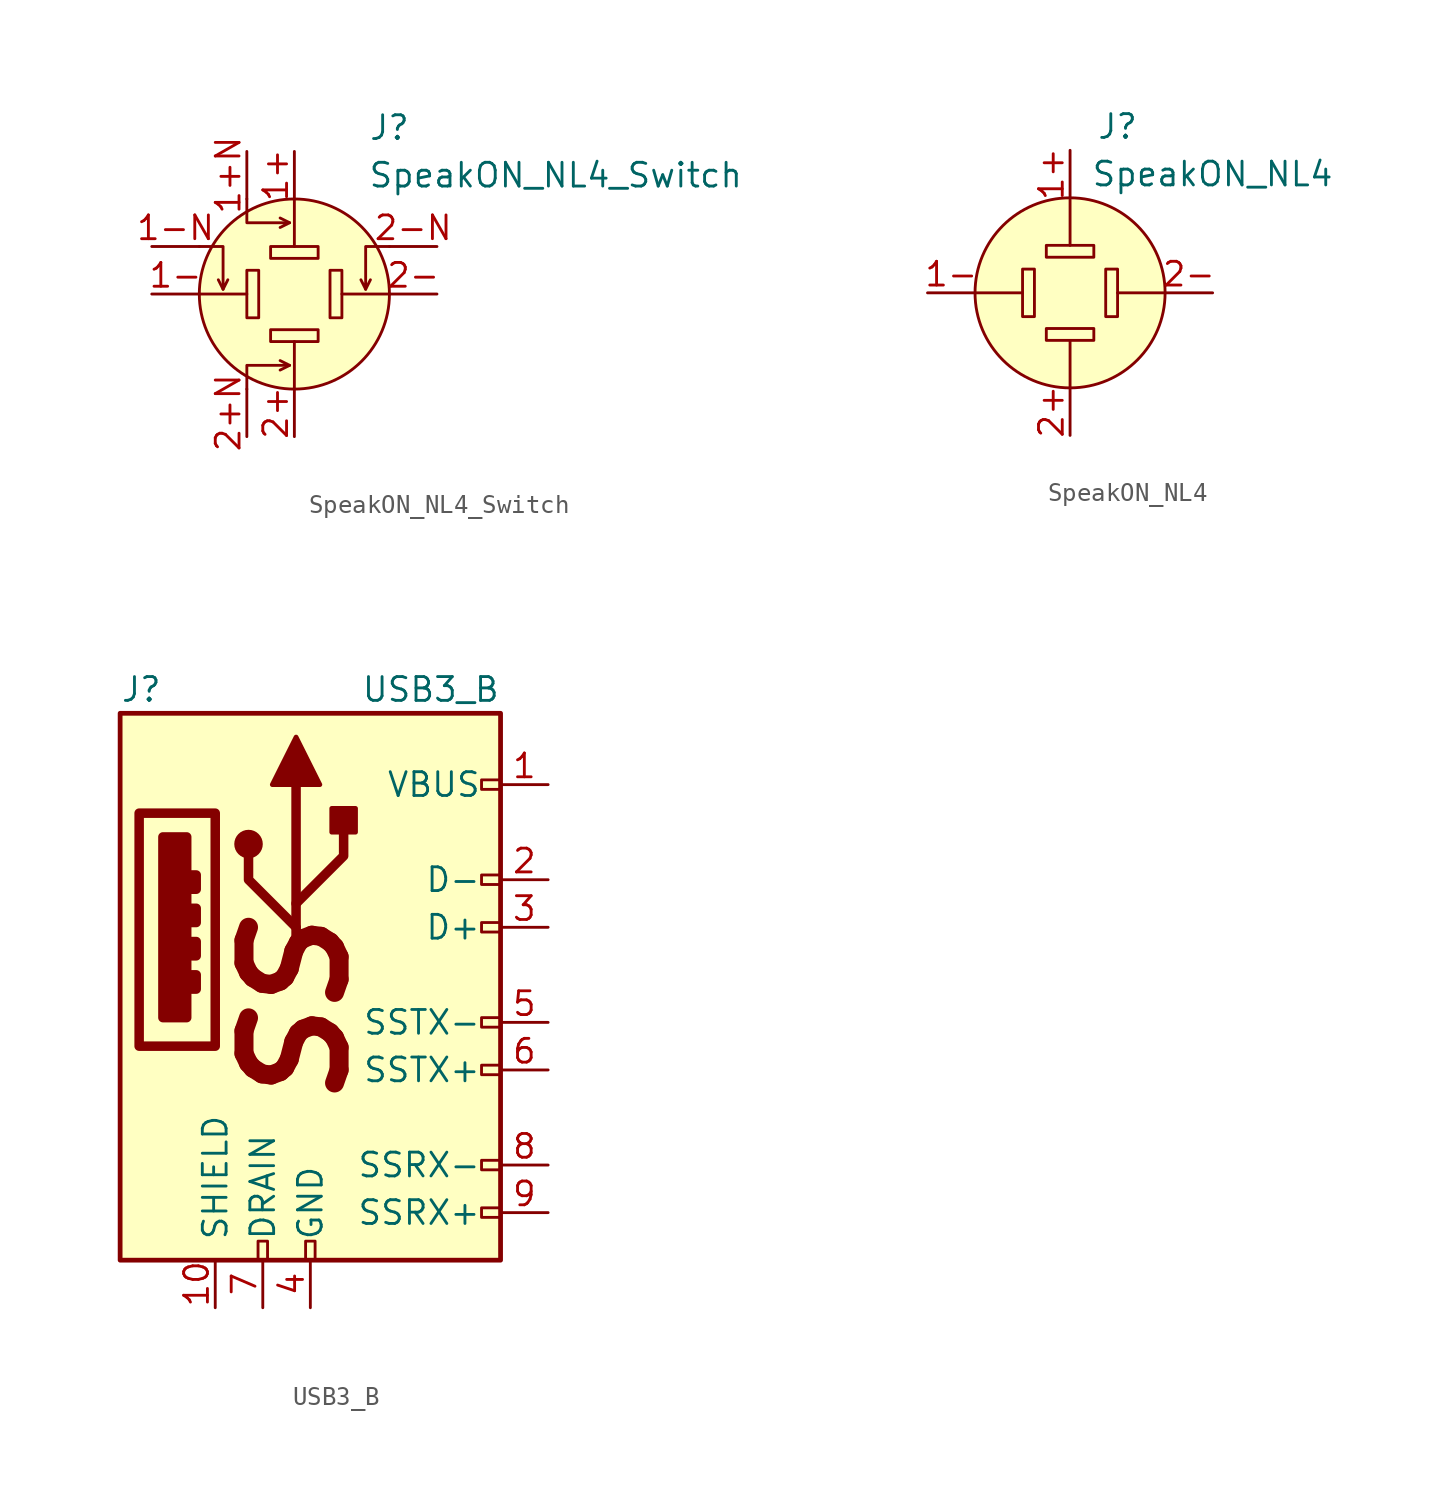
<source format=kicad_sym>
(kicad_symbol_lib
  (version 20211014)
  (generator kicad_symbol_editor)
  (symbol "SpeakON_NL4_Switch"
    (pin_names hide)
    (property "Reference" "J"
      (at 5.08 8.89 0)
      (effects (font (size 1.27 1.27))))
    (property "Value" "SpeakON_NL4_Switch"
      (at 13.97 6.35 0)
      (effects (font (size 1.27 1.27))))
    (symbol "SpeakON_NL4_Switch_0_1"
      (rectangle (start -2.54 1.27) (end -1.905 -1.27) (stroke (width 0) (type default) (color 0 0 0 0)) (fill (type none)))
      (rectangle (start -1.27 -2.54) (end 1.27 -1.905) (stroke (width 0) (type default) (color 0 0 0 0)) (fill (type none)))
      (rectangle (start -1.27 2.54) (end 1.27 1.905) (stroke (width 0) (type default) (color 0 0 0 0)) (fill (type none)))
      (polyline (pts (xy -5.08 0) (xy -2.54 0)) (stroke (width 0) (type default) (color 0 0 0 0)) (fill (type none)))
      (polyline (pts (xy 0 -5.08) (xy 0 -2.54)) (stroke (width 0) (type default) (color 0 0 0 0)) (fill (type none)))
      (polyline (pts (xy 0 5.08) (xy 0 2.54)) (stroke (width 0) (type default) (color 0 0 0 0)) (fill (type none)))
      (polyline (pts (xy 5.08 0) (xy 2.54 0)) (stroke (width 0) (type default) (color 0 0 0 0)) (fill (type none)))
      (circle (center 0 0) (radius 5.08) (stroke (width 0) (type default) (color 0 0 0 0)) (fill (type background)))
      (rectangle (start 2.54 1.27) (end 1.905 -1.27) (stroke (width 0) (type default) (color 0 0 0 0)) (fill (type none)))
      (pin passive line (at -7.62 0 0) (length 2.54) (name "1-" (effects (font (size 1.27 1.27)))) (number "1-" (effects (font (size 1.27 1.27)))))
      (pin passive line (at -7.62 2.54 0) (length 2.54) (name "1-N" (effects (font (size 1.27 1.27)))) (number "1-N" (effects (font (size 1.27 1.27)))))
      (pin passive line (at 0 -7.62 90) (length 2.54) (name "2+" (effects (font (size 1.27 1.27)))) (number "2+" (effects (font (size 1.27 1.27)))))
      (pin passive line (at -2.54 -7.62 90) (length 2.54) (name "2+N" (effects (font (size 1.27 1.27)))) (number "2+N" (effects (font (size 1.27 1.27)))))
      (pin passive line (at 7.62 0 180) (length 2.54) (name "2-" (effects (font (size 1.27 1.27)))) (number "2-" (effects (font (size 1.27 1.27))))))
    (symbol "SpeakON_NL4_Switch_1_1"
      (polyline (pts (xy -3.81 0.254) (xy -4.064 0.762)) (stroke (width 0) (type default) (color 0 0 0 0)) (fill (type none)))
      (polyline (pts (xy -0.254 -3.81) (xy -0.762 -4.064)) (stroke (width 0) (type default) (color 0 0 0 0)) (fill (type none)))
      (polyline (pts (xy -0.254 3.81) (xy -0.762 4.064)) (stroke (width 0) (type default) (color 0 0 0 0)) (fill (type none)))
      (polyline (pts (xy 3.81 0.254) (xy 4.064 0.762)) (stroke (width 0) (type default) (color 0 0 0 0)) (fill (type none)))
      (polyline (pts (xy -5.08 2.54) (xy -3.81 2.54) (xy -3.81 0.254) (xy -3.556 0.762)) (stroke (width 0) (type default) (color 0 0 0 0)) (fill (type none)))
      (polyline (pts (xy -2.54 -5.08) (xy -2.54 -3.81) (xy -0.254 -3.81) (xy -0.762 -3.556)) (stroke (width 0) (type default) (color 0 0 0 0)) (fill (type none)))
      (polyline (pts (xy -2.54 5.08) (xy -2.54 3.81) (xy -0.254 3.81) (xy -0.762 3.556)) (stroke (width 0) (type default) (color 0 0 0 0)) (fill (type none)))
      (polyline (pts (xy 5.08 2.54) (xy 3.81 2.54) (xy 3.81 0.254) (xy 3.556 0.762)) (stroke (width 0) (type default) (color 0 0 0 0)) (fill (type none)))
      (pin passive line (at 0 7.62 270) (length 2.54) (name "1+" (effects (font (size 1.27 1.27)))) (number "1+" (effects (font (size 1.27 1.27)))))
      (pin passive line (at -2.54 7.62 270) (length 2.54) (name "1+N" (effects (font (size 1.27 1.27)))) (number "1+N" (effects (font (size 1.27 1.27)))))
      (pin passive line (at 7.62 2.54 180) (length 2.54) (name "2-N" (effects (font (size 1.27 1.27)))) (number "2-N" (effects (font (size 1.27 1.27)))))))
  (symbol "SpeakON_NL4"
    (pin_names hide)
    (property "Reference" "J"
      (at 2.54 8.89 0)
      (effects (font (size 1.27 1.27))))
    (property "Value" "SpeakON_NL4"
      (at 7.62 6.35 0)
      (effects (font (size 1.27 1.27))))
    (symbol "SpeakON_NL4_0_1"
      (rectangle (start -2.54 1.27) (end -1.905 -1.27) (stroke (width 0) (type default) (color 0 0 0 0)) (fill (type none)))
      (rectangle (start -1.27 -2.54) (end 1.27 -1.905) (stroke (width 0) (type default) (color 0 0 0 0)) (fill (type none)))
      (rectangle (start -1.27 2.54) (end 1.27 1.905) (stroke (width 0) (type default) (color 0 0 0 0)) (fill (type none)))
      (polyline (pts (xy -5.08 0) (xy -2.54 0)) (stroke (width 0) (type default) (color 0 0 0 0)) (fill (type none)))
      (polyline (pts (xy 0 -5.08) (xy 0 -2.54)) (stroke (width 0) (type default) (color 0 0 0 0)) (fill (type none)))
      (polyline (pts (xy 0 5.08) (xy 0 2.54)) (stroke (width 0) (type default) (color 0 0 0 0)) (fill (type none)))
      (polyline (pts (xy 5.08 0) (xy 2.54 0)) (stroke (width 0) (type default) (color 0 0 0 0)) (fill (type none)))
      (circle (center 0 0) (radius 5.08) (stroke (width 0) (type default) (color 0 0 0 0)) (fill (type background)))
      (rectangle (start 2.54 1.27) (end 1.905 -1.27) (stroke (width 0) (type default) (color 0 0 0 0)) (fill (type none)))
      (pin passive line (at -7.62 0 0) (length 2.54) (name "1-" (effects (font (size 1.27 1.27)))) (number "1-" (effects (font (size 1.27 1.27)))))
      (pin passive line (at 0 -7.62 90) (length 2.54) (name "2+" (effects (font (size 1.27 1.27)))) (number "2+" (effects (font (size 1.27 1.27)))))
      (pin passive line (at 7.62 0 180) (length 2.54) (name "2-" (effects (font (size 1.27 1.27)))) (number "2-" (effects (font (size 1.27 1.27))))))
    (symbol "SpeakON_NL4_1_1"
      (pin passive line (at 0 7.62 270) (length 2.54) (name "1+" (effects (font (size 1.27 1.27)))) (number "1+" (effects (font (size 1.27 1.27)))))))
  (symbol "USB3_B"
    (pin_names
      (offset 1.016))
    (property "Reference" "J"
      (at -10.16 15.24 0)
      (effects (font (size 1.27 1.27)) (justify left)))
    (property "Value" "USB3_B"
      (at 10.16 15.24 0)
      (effects (font (size 1.27 1.27)) (justify right)))
    (symbol "USB3_B_0_0"
      (rectangle (start -9.144 8.636) (end -5.08 -3.81) (stroke (width 0.508) (type default) (color 0 0 0 0)) (fill (type none)))
      (rectangle (start -7.874 7.366) (end -6.604 -2.286) (stroke (width 0.508) (type default) (color 0 0 0 0)) (fill (type outline)))
      (rectangle (start -6.35 0) (end -6.096 -0.762) (stroke (width 0.508) (type default) (color 0 0 0 0)) (fill (type none)))
      (rectangle (start -6.35 1.778) (end -6.096 1.016) (stroke (width 0.508) (type default) (color 0 0 0 0)) (fill (type none)))
      (rectangle (start -6.35 3.556) (end -6.096 2.794) (stroke (width 0.508) (type default) (color 0 0 0 0)) (fill (type none)))
      (rectangle (start -6.35 5.334) (end -6.096 4.572) (stroke (width 0.508) (type default) (color 0 0 0 0)) (fill (type none)))
      (rectangle (start -2.794 -15.24) (end -2.286 -14.224) (stroke (width 0) (type default) (color 0 0 0 0)) (fill (type none)))
      (rectangle (start -0.254 -15.24) (end 0.254 -14.224) (stroke (width 0) (type default) (color 0 0 0 0)) (fill (type none)))
      (rectangle (start 10.16 -12.446) (end 9.144 -12.954) (stroke (width 0) (type default) (color 0 0 0 0)) (fill (type none)))
      (rectangle (start 10.16 -9.906) (end 9.144 -10.414) (stroke (width 0) (type default) (color 0 0 0 0)) (fill (type none)))
      (rectangle (start 10.16 -4.826) (end 9.144 -5.334) (stroke (width 0) (type default) (color 0 0 0 0)) (fill (type none)))
      (rectangle (start 10.16 -2.286) (end 9.144 -2.794) (stroke (width 0) (type default) (color 0 0 0 0)) (fill (type none)))
      (rectangle (start 10.16 2.794) (end 9.144 2.286) (stroke (width 0) (type default) (color 0 0 0 0)) (fill (type none)))
      (rectangle (start 10.16 5.334) (end 9.144 4.826) (stroke (width 0) (type default) (color 0 0 0 0)) (fill (type none)))
      (rectangle (start 10.16 10.414) (end 9.144 9.906) (stroke (width 0) (type default) (color 0 0 0 0)) (fill (type none)))
      (text "SS" (at -0.762 -1.905 900) (effects (font (size 5.08 5.08) bold italic))))
    (symbol "USB3_B_0_1"
      (rectangle (start -10.16 13.97) (end 10.16 -15.24) (stroke (width 0.254) (type default) (color 0 0 0 0)) (fill (type background)))
      (circle (center -3.302 6.985) (radius 0.635) (stroke (width 0.254) (type default) (color 0 0 0 0)) (fill (type outline)))
      (polyline (pts (xy -0.762 1.27) (xy -0.762 10.16)) (stroke (width 0.508) (type default) (color 0 0 0 0)) (fill (type none)))
      (polyline (pts (xy -0.762 2.54) (xy -3.302 5.08) (xy -3.302 6.35)) (stroke (width 0.508) (type default) (color 0 0 0 0)) (fill (type none)))
      (polyline (pts (xy -0.762 3.81) (xy 1.778 6.35) (xy 1.778 7.62)) (stroke (width 0.508) (type default) (color 0 0 0 0)) (fill (type none)))
      (polyline (pts (xy -2.032 10.16) (xy -0.762 12.7) (xy 0.508 10.16) (xy -2.032 10.16)) (stroke (width 0.254) (type default) (color 0 0 0 0)) (fill (type outline)))
      (rectangle (start 1.143 7.62) (end 2.413 8.89) (stroke (width 0.254) (type default) (color 0 0 0 0)) (fill (type outline))))
    (symbol "USB3_B_1_1"
      (pin power_in line (at 12.7 10.16 180) (length 2.54) (name "VBUS" (effects (font (size 1.27 1.27)))) (number "1" (effects (font (size 1.27 1.27)))))
      (pin passive line (at -5.08 -17.78 90) (length 2.54) (name "SHIELD" (effects (font (size 1.27 1.27)))) (number "10" (effects (font (size 1.27 1.27)))))
      (pin bidirectional line (at 12.7 5.08 180) (length 2.54) (name "D-" (effects (font (size 1.27 1.27)))) (number "2" (effects (font (size 1.27 1.27)))))
      (pin bidirectional line (at 12.7 2.54 180) (length 2.54) (name "D+" (effects (font (size 1.27 1.27)))) (number "3" (effects (font (size 1.27 1.27)))))
      (pin power_in line (at 0 -17.78 90) (length 2.54) (name "GND" (effects (font (size 1.27 1.27)))) (number "4" (effects (font (size 1.27 1.27)))))
      (pin bidirectional line (at 12.7 -2.54 180) (length 2.54) (name "SSTX-" (effects (font (size 1.27 1.27)))) (number "5" (effects (font (size 1.27 1.27)))))
      (pin bidirectional line (at 12.7 -5.08 180) (length 2.54) (name "SSTX+" (effects (font (size 1.27 1.27)))) (number "6" (effects (font (size 1.27 1.27)))))
      (pin power_in line (at -2.54 -17.78 90) (length 2.54) (name "DRAIN" (effects (font (size 1.27 1.27)))) (number "7" (effects (font (size 1.27 1.27)))))
      (pin bidirectional line (at 12.7 -10.16 180) (length 2.54) (name "SSRX-" (effects (font (size 1.27 1.27)))) (number "8" (effects (font (size 1.27 1.27)))))
      (pin bidirectional line (at 12.7 -12.7 180) (length 2.54) (name "SSRX+" (effects (font (size 1.27 1.27)))) (number "9" (effects (font (size 1.27 1.27))))))))
</source>
